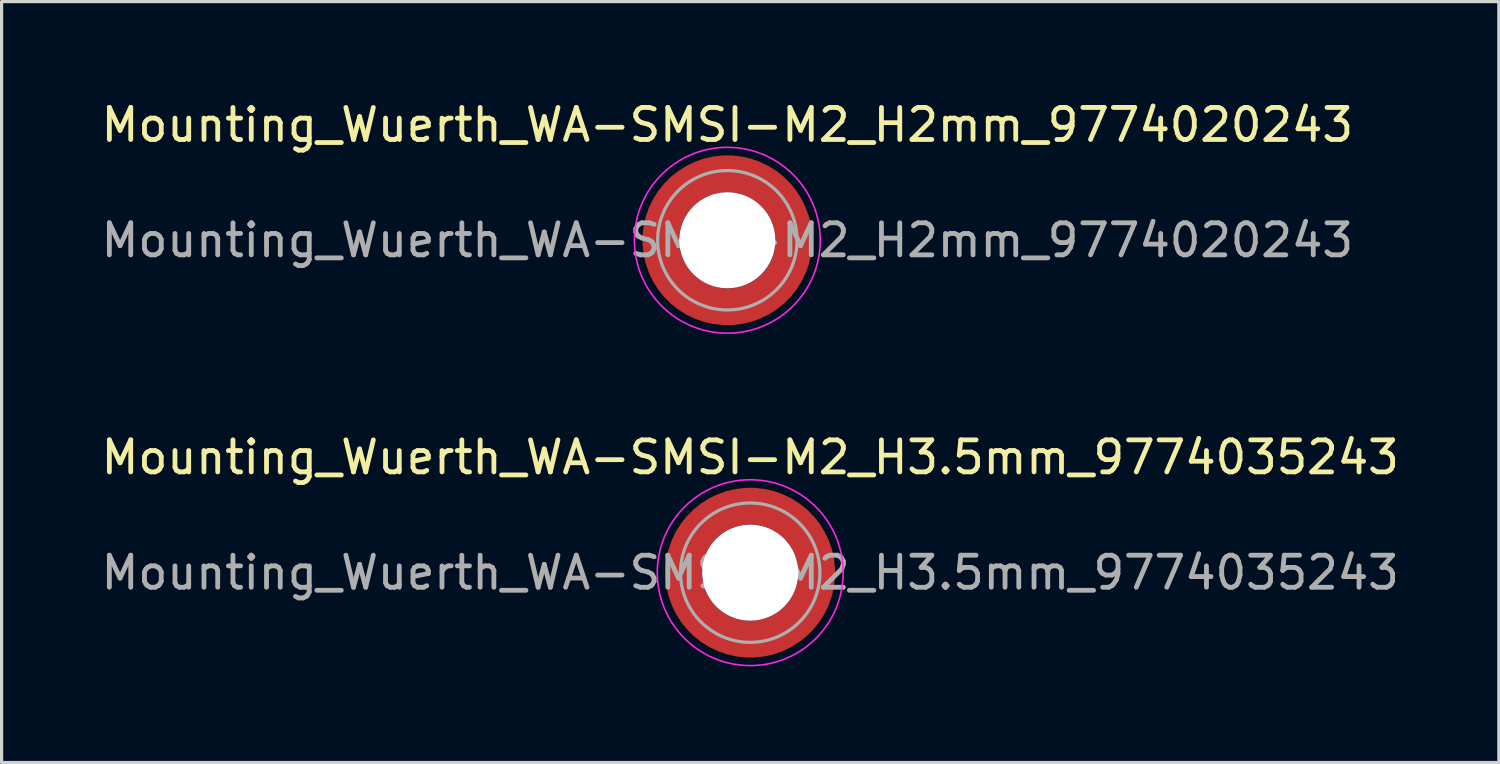
<source format=kicad_pcb>
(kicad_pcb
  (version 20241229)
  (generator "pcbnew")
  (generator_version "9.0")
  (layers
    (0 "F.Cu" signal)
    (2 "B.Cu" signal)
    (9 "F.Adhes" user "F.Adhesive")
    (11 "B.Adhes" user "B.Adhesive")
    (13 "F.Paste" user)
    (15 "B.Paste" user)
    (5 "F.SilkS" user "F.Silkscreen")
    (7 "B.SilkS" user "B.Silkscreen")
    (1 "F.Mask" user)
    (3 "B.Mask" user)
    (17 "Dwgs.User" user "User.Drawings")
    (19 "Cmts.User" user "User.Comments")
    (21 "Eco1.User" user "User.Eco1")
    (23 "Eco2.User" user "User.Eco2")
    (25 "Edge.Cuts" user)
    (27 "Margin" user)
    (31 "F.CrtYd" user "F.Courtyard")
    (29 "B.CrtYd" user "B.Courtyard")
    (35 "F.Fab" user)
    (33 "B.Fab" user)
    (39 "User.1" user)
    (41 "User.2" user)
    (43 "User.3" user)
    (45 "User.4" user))
  (footprint "Mounting_Wuerth_WA-SMSI-M2_H3.5mm_9774035243"
    (layer "F.Cu")
    (at 20.363 14.822)
    (property "Reference" "Mounting_Wuerth_WA-SMSI-M2_H3.5mm_9774035243" (at 0 -3.6 0) (layer "F.SilkS") (effects (font (size 1 1) (thickness 0.15))))
    (attr smd)
    (fp_circle (center 0 0) (end 2.9 0) (stroke (width 0.05) (type solid)) (fill no) (layer "F.CrtYd"))
    (fp_circle (center 0 0) (end 2.175 0) (stroke (width 0.1) (type solid)) (fill no) (layer "F.Fab"))
    (fp_text user "${REFERENCE}" (at 0 0 0) (layer "F.Fab") (effects (font (size 1 1) (thickness 0.15))))
    (pad "" smd custom (at -1.453 -1.453) (size 0.61 0.61) (layers "F.Paste") (options (anchor circle)) (primitives (gr_arc (start -0.147677 1.053104) (mid 0.285964 0.286792) (end 1.051968 -0.147393) (width 0.2)) (gr_arc (start -0.240295 1.053104) (mid 0.22253 0.222946) (end 1.052531 -0.24016) (width 0.2)) (gr_arc (start -0.332645 1.053104) (mid 0.158548 0.15965) (end 1.051583 -0.332304) (width 0.2)) (gr_arc (start -0.424767 1.053104) (mid 0.09486 0.096059) (end 1.051446 -0.424413) (width 0.2)) (gr_arc (start -0.516693 1.053104) (mid 0.031293 0.032346) (end 1.051645 -0.516396) (width 0.2)) (gr_arc (start -0.608448 1.053104) (mid -0.032323 -0.031316) (end 1.051707 -0.608176) (width 0.2)) (gr_arc (start -0.700056 1.053104) (mid -0.09616 -0.094758) (end 1.051155 -0.699693) (width 0.2)) (gr_arc (start -0.791534 1.053104) (mid -0.160388 -0.15781) (end 1.049515 -0.790891) (width 0.2)) (gr_arc (start -0.882896 1.053104) (mid -0.223713 -0.221764) (end 1.050388 -0.882429) (width 0.2)) (gr_arc (start -0.974157 1.053104) (mid -0.287654 -0.2851) (end 1.049541 -0.973566) (width 0.2)) (gr_line (start 1.053 -0.148) (end 1.053 -0.974) (width 0.2)) (gr_line (start -0.148 1.053) (end -0.974 1.053) (width 0.2))))
    (pad "" smd custom (at -1.453 1.453) (size 0.61 0.61) (layers "F.Paste") (options (anchor circle)) (primitives (gr_arc (start 1.053104 0.147677) (mid 0.286792 -0.285964) (end -0.147393 -1.051968) (width 0.2)) (gr_arc (start 1.053104 0.240295) (mid 0.222946 -0.22253) (end -0.24016 -1.052531) (width 0.2)) (gr_arc (start 1.053104 0.332645) (mid 0.15965 -0.158548) (end -0.332304 -1.051583) (width 0.2)) (gr_arc (start 1.053104 0.424767) (mid 0.096059 -0.09486) (end -0.424413 -1.051446) (width 0.2)) (gr_arc (start 1.053104 0.516693) (mid 0.032346 -0.031293) (end -0.516396 -1.051645) (width 0.2)) (gr_arc (start 1.053104 0.608448) (mid -0.031316 0.032323) (end -0.608176 -1.051707) (width 0.2)) (gr_arc (start 1.053104 0.700056) (mid -0.094758 0.09616) (end -0.699693 -1.051155) (width 0.2)) (gr_arc (start 1.053104 0.791534) (mid -0.15781 0.160388) (end -0.790891 -1.049515) (width 0.2)) (gr_arc (start 1.053104 0.882896) (mid -0.221765 0.223713) (end -0.882429 -1.050388) (width 0.2)) (gr_arc (start 1.053104 0.974157) (mid -0.2851 0.287654) (end -0.973566 -1.049541) (width 0.2)) (gr_line (start -0.148 -1.053) (end -0.974 -1.053) (width 0.2)) (gr_line (start 1.053 0.148) (end 1.053 0.974) (width 0.2))))
    (pad "" np_thru_hole circle (at 0 0) (size 3 3) (drill 3) (layers "*.Cu" "*.Mask"))
    (pad "" smd custom (at 1.453 -1.453) (size 0.61 0.61) (layers "F.Paste") (options (anchor circle)) (primitives (gr_arc (start -1.053104 -0.147677) (mid -0.286792 0.285964) (end 0.147393 1.051968) (width 0.2)) (gr_arc (start -1.053104 -0.240295) (mid -0.222946 0.22253) (end 0.24016 1.052531) (width 0.2)) (gr_arc (start -1.053104 -0.332645) (mid -0.15965 0.158548) (end 0.332304 1.051583) (width 0.2)) (gr_arc (start -1.053104 -0.424767) (mid -0.096059 0.09486) (end 0.424413 1.051446) (width 0.2)) (gr_arc (start -1.053104 -0.516693) (mid -0.032346 0.031293) (end 0.516396 1.051645) (width 0.2)) (gr_arc (start -1.053104 -0.608448) (mid 0.031316 -0.032323) (end 0.608176 1.051707) (width 0.2)) (gr_arc (start -1.053104 -0.700056) (mid 0.094758 -0.09616) (end 0.699693 1.051155) (width 0.2)) (gr_arc (start -1.053104 -0.791534) (mid 0.15781 -0.160388) (end 0.790891 1.049515) (width 0.2)) (gr_arc (start -1.053104 -0.882896) (mid 0.221764 -0.223713) (end 0.882429 1.050388) (width 0.2)) (gr_arc (start -1.053104 -0.974157) (mid 0.2851 -0.287654) (end 0.973566 1.049541) (width 0.2)) (gr_line (start 0.148 1.053) (end 0.974 1.053) (width 0.2)) (gr_line (start -1.053 -0.148) (end -1.053 -0.974) (width 0.2))))
    (pad "" smd custom (at 1.453 1.453) (size 0.61 0.61) (layers "F.Paste") (options (anchor circle)) (primitives (gr_arc (start 0.147677 -1.053104) (mid -0.285964 -0.286792) (end -1.051968 0.147393) (width 0.2)) (gr_arc (start 0.240295 -1.053104) (mid -0.22253 -0.222946) (end -1.052531 0.24016) (width 0.2)) (gr_arc (start 0.332645 -1.053104) (mid -0.158548 -0.15965) (end -1.051583 0.332304) (width 0.2)) (gr_arc (start 0.424767 -1.053104) (mid -0.09486 -0.096059) (end -1.051446 0.424413) (width 0.2)) (gr_arc (start 0.516693 -1.053104) (mid -0.031293 -0.032346) (end -1.051645 0.516396) (width 0.2)) (gr_arc (start 0.608448 -1.053104) (mid 0.032323 0.031316) (end -1.051707 0.608176) (width 0.2)) (gr_arc (start 0.700056 -1.053104) (mid 0.09616 0.094758) (end -1.051155 0.699693) (width 0.2)) (gr_arc (start 0.791534 -1.053104) (mid 0.160388 0.15781) (end -1.049515 0.790891) (width 0.2)) (gr_arc (start 0.882896 -1.053104) (mid 0.223713 0.221764) (end -1.050388 0.882429) (width 0.2)) (gr_arc (start 0.974157 -1.053104) (mid 0.287654 0.2851) (end -1.049541 0.973566) (width 0.2)) (gr_line (start -1.053 0.148) (end -1.053 0.974) (width 0.2)) (gr_line (start 0.148 -1.053) (end 0.974 -1.053) (width 0.2))))
    (pad "1" smd circle (at -2.075 0) (size 0.75 0.75) (layers "F.Cu"))
    (pad "1" smd circle (at 0 -2.075) (size 0.75 0.75) (layers "F.Cu"))
    (pad "1" smd circle (at 0 2.075) (size 0.75 0.75) (layers "F.Cu"))
    (pad "1" smd custom (at 2.075 0) (size 0.75 0.75) (layers "F.Cu" "F.Mask") (options (anchor circle)) (primitives (gr_circle (center -2.075 0) (end 0 0) (width 1.15) (fill no)))))
  (footprint "Mounting_Wuerth_WA-SMSI-M2_H2mm_9774020243"
    (layer "F.Cu")
    (at 19.649 4.448)
    (property "Reference" "Mounting_Wuerth_WA-SMSI-M2_H2mm_9774020243" (at 0 -3.6 0) (layer "F.SilkS") (effects (font (size 1 1) (thickness 0.15))))
    (attr smd)
    (fp_circle (center 0 0) (end 2.9 0) (stroke (width 0.05) (type solid)) (fill no) (layer "F.CrtYd"))
    (fp_circle (center 0 0) (end 2.175 0) (stroke (width 0.1) (type solid)) (fill no) (layer "F.Fab"))
    (fp_text user "${REFERENCE}" (at 0 0 0) (layer "F.Fab") (effects (font (size 1 1) (thickness 0.15))))
    (pad "" smd custom (at -1.453 -1.453) (size 0.61 0.61) (layers "F.Paste") (options (anchor circle)) (primitives (gr_arc (start -0.147677 1.053104) (mid 0.285964 0.286792) (end 1.051968 -0.147393) (width 0.2)) (gr_arc (start -0.240295 1.053104) (mid 0.22253 0.222946) (end 1.052531 -0.24016) (width 0.2)) (gr_arc (start -0.332645 1.053104) (mid 0.158548 0.15965) (end 1.051583 -0.332304) (width 0.2)) (gr_arc (start -0.424767 1.053104) (mid 0.09486 0.096059) (end 1.051446 -0.424413) (width 0.2)) (gr_arc (start -0.516693 1.053104) (mid 0.031293 0.032346) (end 1.051645 -0.516396) (width 0.2)) (gr_arc (start -0.608448 1.053104) (mid -0.032323 -0.031316) (end 1.051707 -0.608176) (width 0.2)) (gr_arc (start -0.700056 1.053104) (mid -0.09616 -0.094758) (end 1.051155 -0.699693) (width 0.2)) (gr_arc (start -0.791534 1.053104) (mid -0.160388 -0.15781) (end 1.049515 -0.790891) (width 0.2)) (gr_arc (start -0.882896 1.053104) (mid -0.223713 -0.221764) (end 1.050388 -0.882429) (width 0.2)) (gr_arc (start -0.974157 1.053104) (mid -0.287654 -0.2851) (end 1.049541 -0.973566) (width 0.2)) (gr_line (start 1.053 -0.148) (end 1.053 -0.974) (width 0.2)) (gr_line (start -0.148 1.053) (end -0.974 1.053) (width 0.2))))
    (pad "" smd custom (at -1.453 1.453) (size 0.61 0.61) (layers "F.Paste") (options (anchor circle)) (primitives (gr_arc (start 1.053104 0.147677) (mid 0.286792 -0.285964) (end -0.147393 -1.051968) (width 0.2)) (gr_arc (start 1.053104 0.240295) (mid 0.222946 -0.22253) (end -0.24016 -1.052531) (width 0.2)) (gr_arc (start 1.053104 0.332645) (mid 0.15965 -0.158548) (end -0.332304 -1.051583) (width 0.2)) (gr_arc (start 1.053104 0.424767) (mid 0.096059 -0.09486) (end -0.424413 -1.051446) (width 0.2)) (gr_arc (start 1.053104 0.516693) (mid 0.032346 -0.031293) (end -0.516396 -1.051645) (width 0.2)) (gr_arc (start 1.053104 0.608448) (mid -0.031316 0.032323) (end -0.608176 -1.051707) (width 0.2)) (gr_arc (start 1.053104 0.700056) (mid -0.094758 0.09616) (end -0.699693 -1.051155) (width 0.2)) (gr_arc (start 1.053104 0.791534) (mid -0.15781 0.160388) (end -0.790891 -1.049515) (width 0.2)) (gr_arc (start 1.053104 0.882896) (mid -0.221765 0.223713) (end -0.882429 -1.050388) (width 0.2)) (gr_arc (start 1.053104 0.974157) (mid -0.2851 0.287654) (end -0.973566 -1.049541) (width 0.2)) (gr_line (start -0.148 -1.053) (end -0.974 -1.053) (width 0.2)) (gr_line (start 1.053 0.148) (end 1.053 0.974) (width 0.2))))
    (pad "" np_thru_hole circle (at 0 0) (size 3 3) (drill 3) (layers "*.Cu" "*.Mask"))
    (pad "" smd custom (at 1.453 -1.453) (size 0.61 0.61) (layers "F.Paste") (options (anchor circle)) (primitives (gr_arc (start -1.053104 -0.147677) (mid -0.286792 0.285964) (end 0.147393 1.051968) (width 0.2)) (gr_arc (start -1.053104 -0.240295) (mid -0.222946 0.22253) (end 0.24016 1.052531) (width 0.2)) (gr_arc (start -1.053104 -0.332645) (mid -0.15965 0.158548) (end 0.332304 1.051583) (width 0.2)) (gr_arc (start -1.053104 -0.424767) (mid -0.096059 0.09486) (end 0.424413 1.051446) (width 0.2)) (gr_arc (start -1.053104 -0.516693) (mid -0.032346 0.031293) (end 0.516396 1.051645) (width 0.2)) (gr_arc (start -1.053104 -0.608448) (mid 0.031316 -0.032323) (end 0.608176 1.051707) (width 0.2)) (gr_arc (start -1.053104 -0.700056) (mid 0.094758 -0.09616) (end 0.699693 1.051155) (width 0.2)) (gr_arc (start -1.053104 -0.791534) (mid 0.15781 -0.160388) (end 0.790891 1.049515) (width 0.2)) (gr_arc (start -1.053104 -0.882896) (mid 0.221764 -0.223713) (end 0.882429 1.050388) (width 0.2)) (gr_arc (start -1.053104 -0.974157) (mid 0.2851 -0.287654) (end 0.973566 1.049541) (width 0.2)) (gr_line (start 0.148 1.053) (end 0.974 1.053) (width 0.2)) (gr_line (start -1.053 -0.148) (end -1.053 -0.974) (width 0.2))))
    (pad "" smd custom (at 1.453 1.453) (size 0.61 0.61) (layers "F.Paste") (options (anchor circle)) (primitives (gr_arc (start 0.147677 -1.053104) (mid -0.285964 -0.286792) (end -1.051968 0.147393) (width 0.2)) (gr_arc (start 0.240295 -1.053104) (mid -0.22253 -0.222946) (end -1.052531 0.24016) (width 0.2)) (gr_arc (start 0.332645 -1.053104) (mid -0.158548 -0.15965) (end -1.051583 0.332304) (width 0.2)) (gr_arc (start 0.424767 -1.053104) (mid -0.09486 -0.096059) (end -1.051446 0.424413) (width 0.2)) (gr_arc (start 0.516693 -1.053104) (mid -0.031293 -0.032346) (end -1.051645 0.516396) (width 0.2)) (gr_arc (start 0.608448 -1.053104) (mid 0.032323 0.031316) (end -1.051707 0.608176) (width 0.2)) (gr_arc (start 0.700056 -1.053104) (mid 0.09616 0.094758) (end -1.051155 0.699693) (width 0.2)) (gr_arc (start 0.791534 -1.053104) (mid 0.160388 0.15781) (end -1.049515 0.790891) (width 0.2)) (gr_arc (start 0.882896 -1.053104) (mid 0.223713 0.221764) (end -1.050388 0.882429) (width 0.2)) (gr_arc (start 0.974157 -1.053104) (mid 0.287654 0.2851) (end -1.049541 0.973566) (width 0.2)) (gr_line (start -1.053 0.148) (end -1.053 0.974) (width 0.2)) (gr_line (start 0.148 -1.053) (end 0.974 -1.053) (width 0.2))))
    (pad "1" smd circle (at -2.075 0) (size 0.75 0.75) (layers "F.Cu"))
    (pad "1" smd circle (at 0 -2.075) (size 0.75 0.75) (layers "F.Cu"))
    (pad "1" smd circle (at 0 2.075) (size 0.75 0.75) (layers "F.Cu"))
    (pad "1" smd custom (at 2.075 0) (size 0.75 0.75) (layers "F.Cu" "F.Mask") (options (anchor circle)) (primitives (gr_circle (center -2.075 0) (end 0 0) (width 1.15) (fill no)))))
  (gr_rect
    (start -3 -3)
    (end 43.726 20.747)
    (stroke (width 0.1) (type default))
    (fill no)
    (layer "Edge.Cuts")))
</source>
